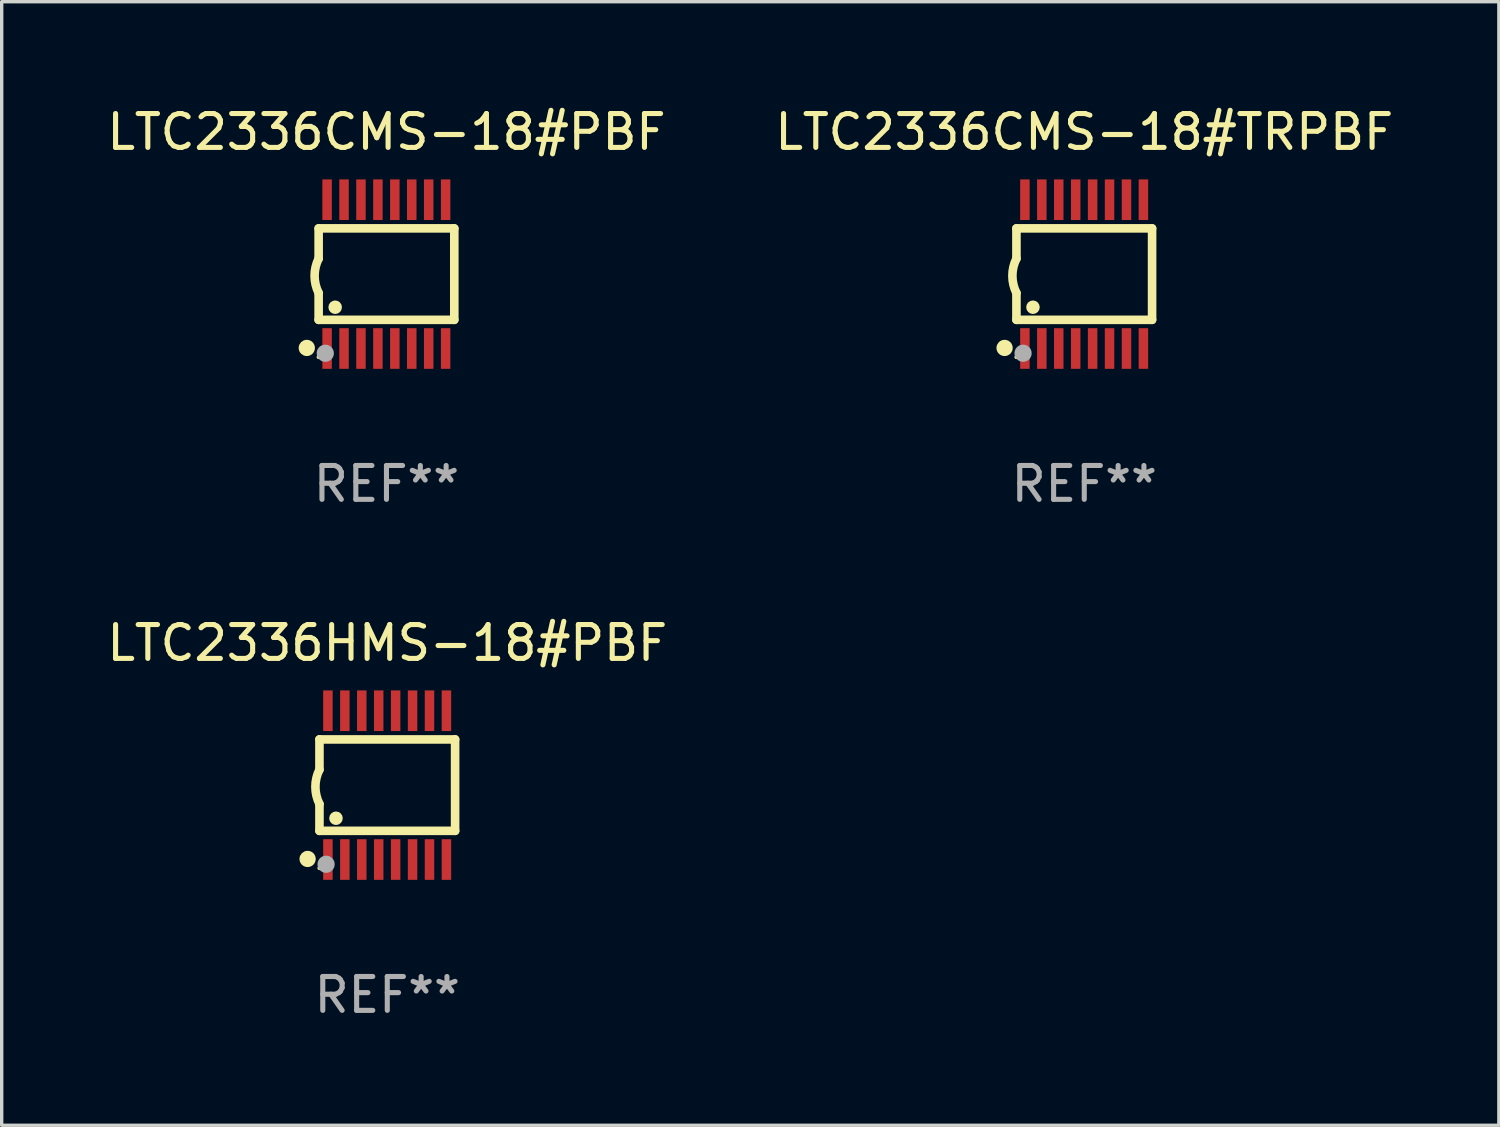
<source format=kicad_pcb>
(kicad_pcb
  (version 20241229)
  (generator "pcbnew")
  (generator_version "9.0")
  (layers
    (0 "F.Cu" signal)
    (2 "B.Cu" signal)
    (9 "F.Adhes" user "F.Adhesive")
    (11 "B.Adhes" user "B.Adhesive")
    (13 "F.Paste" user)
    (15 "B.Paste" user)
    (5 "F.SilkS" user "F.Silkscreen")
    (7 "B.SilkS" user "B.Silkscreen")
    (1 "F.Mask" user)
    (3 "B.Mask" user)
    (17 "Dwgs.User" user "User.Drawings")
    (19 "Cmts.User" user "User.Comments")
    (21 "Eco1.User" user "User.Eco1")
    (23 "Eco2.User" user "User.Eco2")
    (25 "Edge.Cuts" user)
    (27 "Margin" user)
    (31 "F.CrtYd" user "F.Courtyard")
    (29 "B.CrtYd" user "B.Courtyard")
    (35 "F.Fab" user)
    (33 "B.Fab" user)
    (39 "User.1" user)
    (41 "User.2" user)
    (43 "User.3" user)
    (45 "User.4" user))
  (footprint "LTC2336CMS-18#TRPBF"
    (layer "F.Cu")
    (at 28.97 5.045)
    (property "Reference" "LTC2336CMS-18#TRPBF" (at 0 -4.197 0) (layer "F.SilkS") (effects (font (size 1 1) (thickness 0.15))))
    (attr through_hole)
    (fp_line (start -2.003 -1.35) (end -2.003 -0.457) (stroke (width 0.254) (type solid)) (layer "F.SilkS"))
    (fp_line (start -2.003 -1.35) (end 2.003 -1.35) (stroke (width 0.254) (type solid)) (layer "F.SilkS"))
    (fp_line (start -2.003 1.35) (end -2.003 0.559) (stroke (width 0.254) (type solid)) (layer "F.SilkS"))
    (fp_line (start -2.003 1.35) (end 2.003 1.35) (stroke (width 0.254) (type solid)) (layer "F.SilkS"))
    (fp_line (start 2.003 -1.35) (end 2.003 1.35) (stroke (width 0.254) (type solid)) (layer "F.SilkS"))
    (fp_arc (start -2.002286 0.558802) (mid -2.122556 0.05092) (end -2.003302 -0.457201) (stroke (width 0.254001) (type solid)) (layer "F.SilkS"))
    (fp_circle (center -2.353 2.18) (end -2.233 2.18) (stroke (width 0.24) (type solid)) (fill no) (layer "F.SilkS"))
    (fp_circle (center -2.003 2.45) (end -1.973 2.45) (stroke (width 0.06) (type solid)) (fill no) (layer "F.SilkS"))
    (fp_circle (center -1.515 0.978) (end -1.415 0.978) (stroke (width 0.2) (type solid)) (fill no) (layer "F.SilkS"))
    (fp_circle (center -1.807 2.337) (end -1.68 2.337) (stroke (width 0.254) (type solid)) (fill no) (layer "F.Fab"))
    (fp_text user "REF**" (at 0 6.197 0) (layer "F.Fab") (effects (font (size 1 1) (thickness 0.15))))
    (pad "1" smd rect (at -1.753 2.197 90) (size 1.2 0.28) (layers "F.Cu" "F.Mask" "F.Paste"))
    (pad "2" smd rect (at -1.253 2.197 90) (size 1.2 0.28) (layers "F.Cu" "F.Mask" "F.Paste"))
    (pad "3" smd rect (at -0.753 2.197 90) (size 1.2 0.28) (layers "F.Cu" "F.Mask" "F.Paste"))
    (pad "4" smd rect (at -0.253 2.197 90) (size 1.2 0.28) (layers "F.Cu" "F.Mask" "F.Paste"))
    (pad "5" smd rect (at 0.247 2.197 90) (size 1.2 0.28) (layers "F.Cu" "F.Mask" "F.Paste"))
    (pad "6" smd rect (at 0.747 2.197 90) (size 1.2 0.28) (layers "F.Cu" "F.Mask" "F.Paste"))
    (pad "7" smd rect (at 1.247 2.197 90) (size 1.2 0.28) (layers "F.Cu" "F.Mask" "F.Paste"))
    (pad "8" smd rect (at 1.747 2.197 90) (size 1.2 0.28) (layers "F.Cu" "F.Mask" "F.Paste"))
    (pad "9" smd rect (at 1.747 -2.197 90) (size 1.2 0.28) (layers "F.Cu" "F.Mask" "F.Paste"))
    (pad "10" smd rect (at 1.247 -2.197 90) (size 1.2 0.28) (layers "F.Cu" "F.Mask" "F.Paste"))
    (pad "11" smd rect (at 0.747 -2.197 90) (size 1.2 0.28) (layers "F.Cu" "F.Mask" "F.Paste"))
    (pad "12" smd rect (at 0.247 -2.197 90) (size 1.2 0.28) (layers "F.Cu" "F.Mask" "F.Paste"))
    (pad "13" smd rect (at -0.253 -2.197 90) (size 1.2 0.28) (layers "F.Cu" "F.Mask" "F.Paste"))
    (pad "14" smd rect (at -0.753 -2.197 90) (size 1.2 0.28) (layers "F.Cu" "F.Mask" "F.Paste"))
    (pad "15" smd rect (at -1.253 -2.197 90) (size 1.2 0.28) (layers "F.Cu" "F.Mask" "F.Paste"))
    (pad "16" smd rect (at -1.753 -2.197 90) (size 1.2 0.28) (layers "F.Cu" "F.Mask" "F.Paste")))
  (footprint "LTC2336CMS-18#PBF"
    (layer "F.Cu")
    (at 8.363 5.045)
    (property "Reference" "LTC2336CMS-18#PBF" (at 0 -4.197 0) (layer "F.SilkS") (effects (font (size 1 1) (thickness 0.15))))
    (attr through_hole)
    (fp_line (start -2.003 -1.35) (end -2.003 -0.457) (stroke (width 0.254) (type solid)) (layer "F.SilkS"))
    (fp_line (start -2.003 -1.35) (end 2.003 -1.35) (stroke (width 0.254) (type solid)) (layer "F.SilkS"))
    (fp_line (start -2.003 1.35) (end -2.003 0.559) (stroke (width 0.254) (type solid)) (layer "F.SilkS"))
    (fp_line (start -2.003 1.35) (end 2.003 1.35) (stroke (width 0.254) (type solid)) (layer "F.SilkS"))
    (fp_line (start 2.003 -1.35) (end 2.003 1.35) (stroke (width 0.254) (type solid)) (layer "F.SilkS"))
    (fp_arc (start -2.002286 0.558802) (mid -2.122556 0.05092) (end -2.003302 -0.457201) (stroke (width 0.254001) (type solid)) (layer "F.SilkS"))
    (fp_circle (center -2.353 2.18) (end -2.233 2.18) (stroke (width 0.24) (type solid)) (fill no) (layer "F.SilkS"))
    (fp_circle (center -2.003 2.45) (end -1.973 2.45) (stroke (width 0.06) (type solid)) (fill no) (layer "F.SilkS"))
    (fp_circle (center -1.515 0.978) (end -1.415 0.978) (stroke (width 0.2) (type solid)) (fill no) (layer "F.SilkS"))
    (fp_circle (center -1.807 2.337) (end -1.68 2.337) (stroke (width 0.254) (type solid)) (fill no) (layer "F.Fab"))
    (fp_text user "REF**" (at 0 6.197 0) (layer "F.Fab") (effects (font (size 1 1) (thickness 0.15))))
    (pad "1" smd rect (at -1.753 2.197 90) (size 1.2 0.28) (layers "F.Cu" "F.Mask" "F.Paste"))
    (pad "2" smd rect (at -1.253 2.197 90) (size 1.2 0.28) (layers "F.Cu" "F.Mask" "F.Paste"))
    (pad "3" smd rect (at -0.753 2.197 90) (size 1.2 0.28) (layers "F.Cu" "F.Mask" "F.Paste"))
    (pad "4" smd rect (at -0.253 2.197 90) (size 1.2 0.28) (layers "F.Cu" "F.Mask" "F.Paste"))
    (pad "5" smd rect (at 0.247 2.197 90) (size 1.2 0.28) (layers "F.Cu" "F.Mask" "F.Paste"))
    (pad "6" smd rect (at 0.747 2.197 90) (size 1.2 0.28) (layers "F.Cu" "F.Mask" "F.Paste"))
    (pad "7" smd rect (at 1.247 2.197 90) (size 1.2 0.28) (layers "F.Cu" "F.Mask" "F.Paste"))
    (pad "8" smd rect (at 1.747 2.197 90) (size 1.2 0.28) (layers "F.Cu" "F.Mask" "F.Paste"))
    (pad "9" smd rect (at 1.747 -2.197 90) (size 1.2 0.28) (layers "F.Cu" "F.Mask" "F.Paste"))
    (pad "10" smd rect (at 1.247 -2.197 90) (size 1.2 0.28) (layers "F.Cu" "F.Mask" "F.Paste"))
    (pad "11" smd rect (at 0.747 -2.197 90) (size 1.2 0.28) (layers "F.Cu" "F.Mask" "F.Paste"))
    (pad "12" smd rect (at 0.247 -2.197 90) (size 1.2 0.28) (layers "F.Cu" "F.Mask" "F.Paste"))
    (pad "13" smd rect (at -0.253 -2.197 90) (size 1.2 0.28) (layers "F.Cu" "F.Mask" "F.Paste"))
    (pad "14" smd rect (at -0.753 -2.197 90) (size 1.2 0.28) (layers "F.Cu" "F.Mask" "F.Paste"))
    (pad "15" smd rect (at -1.253 -2.197 90) (size 1.2 0.28) (layers "F.Cu" "F.Mask" "F.Paste"))
    (pad "16" smd rect (at -1.753 -2.197 90) (size 1.2 0.28) (layers "F.Cu" "F.Mask" "F.Paste")))
  (footprint "LTC2336HMS-18#PBF"
    (layer "F.Cu")
    (at 8.387 20.136)
    (property "Reference" "LTC2336HMS-18#PBF" (at 0 -4.197 0) (layer "F.SilkS") (effects (font (size 1 1) (thickness 0.15))))
    (attr through_hole)
    (fp_line (start -2.003 -1.35) (end -2.003 -0.457) (stroke (width 0.254) (type solid)) (layer "F.SilkS"))
    (fp_line (start -2.003 -1.35) (end 2.003 -1.35) (stroke (width 0.254) (type solid)) (layer "F.SilkS"))
    (fp_line (start -2.003 1.35) (end -2.003 0.559) (stroke (width 0.254) (type solid)) (layer "F.SilkS"))
    (fp_line (start -2.003 1.35) (end 2.003 1.35) (stroke (width 0.254) (type solid)) (layer "F.SilkS"))
    (fp_line (start 2.003 -1.35) (end 2.003 1.35) (stroke (width 0.254) (type solid)) (layer "F.SilkS"))
    (fp_arc (start -2.002286 0.558802) (mid -2.122556 0.05092) (end -2.003302 -0.457201) (stroke (width 0.254001) (type solid)) (layer "F.SilkS"))
    (fp_circle (center -2.353 2.18) (end -2.233 2.18) (stroke (width 0.24) (type solid)) (fill no) (layer "F.SilkS"))
    (fp_circle (center -2.003 2.45) (end -1.973 2.45) (stroke (width 0.06) (type solid)) (fill no) (layer "F.SilkS"))
    (fp_circle (center -1.515 0.978) (end -1.415 0.978) (stroke (width 0.2) (type solid)) (fill no) (layer "F.SilkS"))
    (fp_circle (center -1.807 2.337) (end -1.68 2.337) (stroke (width 0.254) (type solid)) (fill no) (layer "F.Fab"))
    (fp_text user "REF**" (at 0 6.197 0) (layer "F.Fab") (effects (font (size 1 1) (thickness 0.15))))
    (pad "1" smd rect (at -1.753 2.197 90) (size 1.2 0.28) (layers "F.Cu" "F.Mask" "F.Paste"))
    (pad "2" smd rect (at -1.253 2.197 90) (size 1.2 0.28) (layers "F.Cu" "F.Mask" "F.Paste"))
    (pad "3" smd rect (at -0.753 2.197 90) (size 1.2 0.28) (layers "F.Cu" "F.Mask" "F.Paste"))
    (pad "4" smd rect (at -0.253 2.197 90) (size 1.2 0.28) (layers "F.Cu" "F.Mask" "F.Paste"))
    (pad "5" smd rect (at 0.247 2.197 90) (size 1.2 0.28) (layers "F.Cu" "F.Mask" "F.Paste"))
    (pad "6" smd rect (at 0.747 2.197 90) (size 1.2 0.28) (layers "F.Cu" "F.Mask" "F.Paste"))
    (pad "7" smd rect (at 1.247 2.197 90) (size 1.2 0.28) (layers "F.Cu" "F.Mask" "F.Paste"))
    (pad "8" smd rect (at 1.747 2.197 90) (size 1.2 0.28) (layers "F.Cu" "F.Mask" "F.Paste"))
    (pad "9" smd rect (at 1.747 -2.197 90) (size 1.2 0.28) (layers "F.Cu" "F.Mask" "F.Paste"))
    (pad "10" smd rect (at 1.247 -2.197 90) (size 1.2 0.28) (layers "F.Cu" "F.Mask" "F.Paste"))
    (pad "11" smd rect (at 0.747 -2.197 90) (size 1.2 0.28) (layers "F.Cu" "F.Mask" "F.Paste"))
    (pad "12" smd rect (at 0.247 -2.197 90) (size 1.2 0.28) (layers "F.Cu" "F.Mask" "F.Paste"))
    (pad "13" smd rect (at -0.253 -2.197 90) (size 1.2 0.28) (layers "F.Cu" "F.Mask" "F.Paste"))
    (pad "14" smd rect (at -0.753 -2.197 90) (size 1.2 0.28) (layers "F.Cu" "F.Mask" "F.Paste"))
    (pad "15" smd rect (at -1.253 -2.197 90) (size 1.2 0.28) (layers "F.Cu" "F.Mask" "F.Paste"))
    (pad "16" smd rect (at -1.753 -2.197 90) (size 1.2 0.28) (layers "F.Cu" "F.Mask" "F.Paste")))
  (gr_rect
    (start -3 -3)
    (end 41.214 30.181)
    (stroke (width 0.1) (type default))
    (fill no)
    (layer "Edge.Cuts")))
</source>
